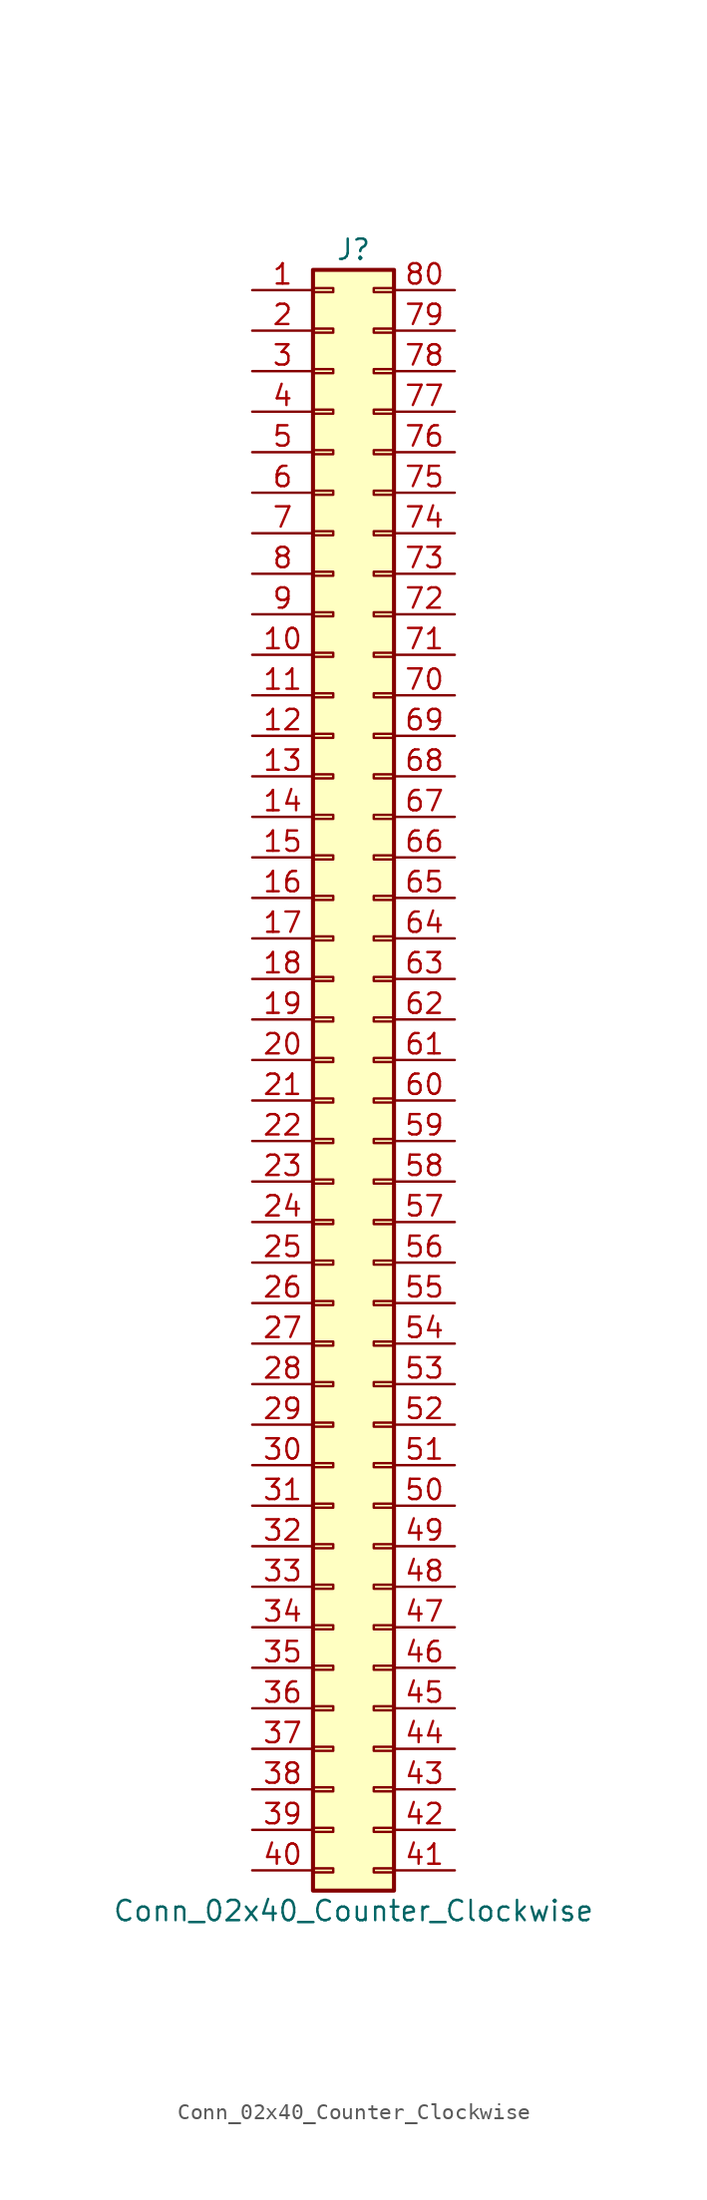
<source format=kicad_sym>
(kicad_symbol_lib
  (version 20201005)
  (generator kicad_symbol_editor)
  (symbol "Connector_Generic:Conn_02x40_Counter_Clockwise"
    (pin_names
      (offset 1.016) hide)
    (property "Reference" "J"
      (at 1.27 50.8 0)
      (effects (font (size 1.27 1.27))))
    (property "Value" "Conn_02x40_Counter_Clockwise"
      (at 1.27 -53.34 0)
      (effects (font (size 1.27 1.27))))
    (symbol "Conn_02x40_Counter_Clockwise_1_1"
      (rectangle (start -1.27 -27.813) (end 0 -28.067) (stroke (width 0.152)) (fill (type none)))
      (rectangle (start -1.27 -30.353) (end 0 -30.607) (stroke (width 0.152)) (fill (type none)))
      (rectangle (start -1.27 -32.893) (end 0 -33.147) (stroke (width 0.152)) (fill (type none)))
      (rectangle (start -1.27 -35.433) (end 0 -35.687) (stroke (width 0.152)) (fill (type none)))
      (rectangle (start -1.27 -37.973) (end 0 -38.227) (stroke (width 0.152)) (fill (type none)))
      (rectangle (start -1.27 -40.513) (end 0 -40.767) (stroke (width 0.152)) (fill (type none)))
      (rectangle (start -1.27 -43.053) (end 0 -43.307) (stroke (width 0.152)) (fill (type none)))
      (rectangle (start -1.27 -45.593) (end 0 -45.847) (stroke (width 0.152)) (fill (type none)))
      (rectangle (start -1.27 -48.133) (end 0 -48.387) (stroke (width 0.152)) (fill (type none)))
      (rectangle (start -1.27 -4.953) (end 0 -5.207) (stroke (width 0.152)) (fill (type none)))
      (rectangle (start -1.27 -50.673) (end 0 -50.927) (stroke (width 0.152)) (fill (type none)))
      (rectangle (start -1.27 -7.493) (end 0 -7.747) (stroke (width 0.152)) (fill (type none)))
      (rectangle (start -1.27 -10.033) (end 0 -10.287) (stroke (width 0.152)) (fill (type none)))
      (rectangle (start -1.27 -12.573) (end 0 -12.827) (stroke (width 0.152)) (fill (type none)))
      (rectangle (start -1.27 -15.113) (end 0 -15.367) (stroke (width 0.152)) (fill (type none)))
      (rectangle (start -1.27 -17.653) (end 0 -17.907) (stroke (width 0.152)) (fill (type none)))
      (rectangle (start -1.27 -20.193) (end 0 -20.447) (stroke (width 0.152)) (fill (type none)))
      (rectangle (start -1.27 -22.733) (end 0 -22.987) (stroke (width 0.152)) (fill (type none)))
      (rectangle (start -1.27 -2.413) (end 0 -2.667) (stroke (width 0.152)) (fill (type none)))
      (rectangle (start -1.27 -25.273) (end 0 -25.527) (stroke (width 0.152)) (fill (type none)))
      (rectangle (start -1.27 25.527) (end 0 25.273) (stroke (width 0.152)) (fill (type none)))
      (rectangle (start -1.27 2.667) (end 0 2.413) (stroke (width 0.152)) (fill (type none)))
      (rectangle (start -1.27 28.067) (end 0 27.813) (stroke (width 0.152)) (fill (type none)))
      (rectangle (start -1.27 30.607) (end 0 30.353) (stroke (width 0.152)) (fill (type none)))
      (rectangle (start -1.27 33.147) (end 0 32.893) (stroke (width 0.152)) (fill (type none)))
      (rectangle (start -1.27 35.687) (end 0 35.433) (stroke (width 0.152)) (fill (type none)))
      (rectangle (start -1.27 38.227) (end 0 37.973) (stroke (width 0.152)) (fill (type none)))
      (rectangle (start -1.27 40.767) (end 0 40.513) (stroke (width 0.152)) (fill (type none)))
      (rectangle (start -1.27 43.307) (end 0 43.053) (stroke (width 0.152)) (fill (type none)))
      (rectangle (start -1.27 45.847) (end 0 45.593) (stroke (width 0.152)) (fill (type none)))
      (rectangle (start -1.27 48.387) (end 0 48.133) (stroke (width 0.152)) (fill (type none)))
      (rectangle (start -1.27 49.53) (end 3.81 -52.07) (stroke (width 0.254)) (fill (type background)))
      (rectangle (start -1.27 5.207) (end 0 4.953) (stroke (width 0.152)) (fill (type none)))
      (rectangle (start -1.27 7.747) (end 0 7.493) (stroke (width 0.152)) (fill (type none)))
      (rectangle (start -1.27 10.287) (end 0 10.033) (stroke (width 0.152)) (fill (type none)))
      (rectangle (start -1.27 0.127) (end 0 -0.127) (stroke (width 0.152)) (fill (type none)))
      (rectangle (start -1.27 12.827) (end 0 12.573) (stroke (width 0.152)) (fill (type none)))
      (rectangle (start -1.27 15.367) (end 0 15.113) (stroke (width 0.152)) (fill (type none)))
      (rectangle (start -1.27 17.907) (end 0 17.653) (stroke (width 0.152)) (fill (type none)))
      (rectangle (start -1.27 20.447) (end 0 20.193) (stroke (width 0.152)) (fill (type none)))
      (rectangle (start -1.27 22.987) (end 0 22.733) (stroke (width 0.152)) (fill (type none)))
      (rectangle (start 3.81 -27.813) (end 2.54 -28.067) (stroke (width 0.152)) (fill (type none)))
      (rectangle (start 3.81 -30.353) (end 2.54 -30.607) (stroke (width 0.152)) (fill (type none)))
      (rectangle (start 3.81 -32.893) (end 2.54 -33.147) (stroke (width 0.152)) (fill (type none)))
      (rectangle (start 3.81 -35.433) (end 2.54 -35.687) (stroke (width 0.152)) (fill (type none)))
      (rectangle (start 3.81 -37.973) (end 2.54 -38.227) (stroke (width 0.152)) (fill (type none)))
      (rectangle (start 3.81 -40.513) (end 2.54 -40.767) (stroke (width 0.152)) (fill (type none)))
      (rectangle (start 3.81 -43.053) (end 2.54 -43.307) (stroke (width 0.152)) (fill (type none)))
      (rectangle (start 3.81 -45.593) (end 2.54 -45.847) (stroke (width 0.152)) (fill (type none)))
      (rectangle (start 3.81 -48.133) (end 2.54 -48.387) (stroke (width 0.152)) (fill (type none)))
      (rectangle (start 3.81 -4.953) (end 2.54 -5.207) (stroke (width 0.152)) (fill (type none)))
      (rectangle (start 3.81 -50.673) (end 2.54 -50.927) (stroke (width 0.152)) (fill (type none)))
      (rectangle (start 3.81 -7.493) (end 2.54 -7.747) (stroke (width 0.152)) (fill (type none)))
      (rectangle (start 3.81 -10.033) (end 2.54 -10.287) (stroke (width 0.152)) (fill (type none)))
      (rectangle (start 3.81 -12.573) (end 2.54 -12.827) (stroke (width 0.152)) (fill (type none)))
      (rectangle (start 3.81 -15.113) (end 2.54 -15.367) (stroke (width 0.152)) (fill (type none)))
      (rectangle (start 3.81 -17.653) (end 2.54 -17.907) (stroke (width 0.152)) (fill (type none)))
      (rectangle (start 3.81 -20.193) (end 2.54 -20.447) (stroke (width 0.152)) (fill (type none)))
      (rectangle (start 3.81 -22.733) (end 2.54 -22.987) (stroke (width 0.152)) (fill (type none)))
      (rectangle (start 3.81 -2.413) (end 2.54 -2.667) (stroke (width 0.152)) (fill (type none)))
      (rectangle (start 3.81 -25.273) (end 2.54 -25.527) (stroke (width 0.152)) (fill (type none)))
      (rectangle (start 3.81 25.527) (end 2.54 25.273) (stroke (width 0.152)) (fill (type none)))
      (rectangle (start 3.81 2.667) (end 2.54 2.413) (stroke (width 0.152)) (fill (type none)))
      (rectangle (start 3.81 28.067) (end 2.54 27.813) (stroke (width 0.152)) (fill (type none)))
      (rectangle (start 3.81 30.607) (end 2.54 30.353) (stroke (width 0.152)) (fill (type none)))
      (rectangle (start 3.81 33.147) (end 2.54 32.893) (stroke (width 0.152)) (fill (type none)))
      (rectangle (start 3.81 35.687) (end 2.54 35.433) (stroke (width 0.152)) (fill (type none)))
      (rectangle (start 3.81 38.227) (end 2.54 37.973) (stroke (width 0.152)) (fill (type none)))
      (rectangle (start 3.81 40.767) (end 2.54 40.513) (stroke (width 0.152)) (fill (type none)))
      (rectangle (start 3.81 43.307) (end 2.54 43.053) (stroke (width 0.152)) (fill (type none)))
      (rectangle (start 3.81 45.847) (end 2.54 45.593) (stroke (width 0.152)) (fill (type none)))
      (rectangle (start 3.81 48.387) (end 2.54 48.133) (stroke (width 0.152)) (fill (type none)))
      (rectangle (start 3.81 5.207) (end 2.54 4.953) (stroke (width 0.152)) (fill (type none)))
      (rectangle (start 3.81 7.747) (end 2.54 7.493) (stroke (width 0.152)) (fill (type none)))
      (rectangle (start 3.81 10.287) (end 2.54 10.033) (stroke (width 0.152)) (fill (type none)))
      (rectangle (start 3.81 0.127) (end 2.54 -0.127) (stroke (width 0.152)) (fill (type none)))
      (rectangle (start 3.81 12.827) (end 2.54 12.573) (stroke (width 0.152)) (fill (type none)))
      (rectangle (start 3.81 15.367) (end 2.54 15.113) (stroke (width 0.152)) (fill (type none)))
      (rectangle (start 3.81 17.907) (end 2.54 17.653) (stroke (width 0.152)) (fill (type none)))
      (rectangle (start 3.81 20.447) (end 2.54 20.193) (stroke (width 0.152)) (fill (type none)))
      (rectangle (start 3.81 22.987) (end 2.54 22.733) (stroke (width 0.152)) (fill (type none)))
      (pin passive line (at -5.08 48.26 0) (length 3.81) (name "Pin_1" (effects (font (size 1.27 1.27)))) (number "1" (effects (font (size 1.27 1.27)))))
      (pin passive line (at -5.08 25.4 0) (length 3.81) (name "Pin_10" (effects (font (size 1.27 1.27)))) (number "10" (effects (font (size 1.27 1.27)))))
      (pin passive line (at -5.08 22.86 0) (length 3.81) (name "Pin_11" (effects (font (size 1.27 1.27)))) (number "11" (effects (font (size 1.27 1.27)))))
      (pin passive line (at -5.08 20.32 0) (length 3.81) (name "Pin_12" (effects (font (size 1.27 1.27)))) (number "12" (effects (font (size 1.27 1.27)))))
      (pin passive line (at -5.08 17.78 0) (length 3.81) (name "Pin_13" (effects (font (size 1.27 1.27)))) (number "13" (effects (font (size 1.27 1.27)))))
      (pin passive line (at -5.08 15.24 0) (length 3.81) (name "Pin_14" (effects (font (size 1.27 1.27)))) (number "14" (effects (font (size 1.27 1.27)))))
      (pin passive line (at -5.08 12.7 0) (length 3.81) (name "Pin_15" (effects (font (size 1.27 1.27)))) (number "15" (effects (font (size 1.27 1.27)))))
      (pin passive line (at -5.08 10.16 0) (length 3.81) (name "Pin_16" (effects (font (size 1.27 1.27)))) (number "16" (effects (font (size 1.27 1.27)))))
      (pin passive line (at -5.08 7.62 0) (length 3.81) (name "Pin_17" (effects (font (size 1.27 1.27)))) (number "17" (effects (font (size 1.27 1.27)))))
      (pin passive line (at -5.08 5.08 0) (length 3.81) (name "Pin_18" (effects (font (size 1.27 1.27)))) (number "18" (effects (font (size 1.27 1.27)))))
      (pin passive line (at -5.08 2.54 0) (length 3.81) (name "Pin_19" (effects (font (size 1.27 1.27)))) (number "19" (effects (font (size 1.27 1.27)))))
      (pin passive line (at -5.08 45.72 0) (length 3.81) (name "Pin_2" (effects (font (size 1.27 1.27)))) (number "2" (effects (font (size 1.27 1.27)))))
      (pin passive line (at -5.08 0 0) (length 3.81) (name "Pin_20" (effects (font (size 1.27 1.27)))) (number "20" (effects (font (size 1.27 1.27)))))
      (pin passive line (at -5.08 -2.54 0) (length 3.81) (name "Pin_21" (effects (font (size 1.27 1.27)))) (number "21" (effects (font (size 1.27 1.27)))))
      (pin passive line (at -5.08 -5.08 0) (length 3.81) (name "Pin_22" (effects (font (size 1.27 1.27)))) (number "22" (effects (font (size 1.27 1.27)))))
      (pin passive line (at -5.08 -7.62 0) (length 3.81) (name "Pin_23" (effects (font (size 1.27 1.27)))) (number "23" (effects (font (size 1.27 1.27)))))
      (pin passive line (at -5.08 -10.16 0) (length 3.81) (name "Pin_24" (effects (font (size 1.27 1.27)))) (number "24" (effects (font (size 1.27 1.27)))))
      (pin passive line (at -5.08 -12.7 0) (length 3.81) (name "Pin_25" (effects (font (size 1.27 1.27)))) (number "25" (effects (font (size 1.27 1.27)))))
      (pin passive line (at -5.08 -15.24 0) (length 3.81) (name "Pin_26" (effects (font (size 1.27 1.27)))) (number "26" (effects (font (size 1.27 1.27)))))
      (pin passive line (at -5.08 -17.78 0) (length 3.81) (name "Pin_27" (effects (font (size 1.27 1.27)))) (number "27" (effects (font (size 1.27 1.27)))))
      (pin passive line (at -5.08 -20.32 0) (length 3.81) (name "Pin_28" (effects (font (size 1.27 1.27)))) (number "28" (effects (font (size 1.27 1.27)))))
      (pin passive line (at -5.08 -22.86 0) (length 3.81) (name "Pin_29" (effects (font (size 1.27 1.27)))) (number "29" (effects (font (size 1.27 1.27)))))
      (pin passive line (at -5.08 43.18 0) (length 3.81) (name "Pin_3" (effects (font (size 1.27 1.27)))) (number "3" (effects (font (size 1.27 1.27)))))
      (pin passive line (at -5.08 -25.4 0) (length 3.81) (name "Pin_30" (effects (font (size 1.27 1.27)))) (number "30" (effects (font (size 1.27 1.27)))))
      (pin passive line (at -5.08 -27.94 0) (length 3.81) (name "Pin_31" (effects (font (size 1.27 1.27)))) (number "31" (effects (font (size 1.27 1.27)))))
      (pin passive line (at -5.08 -30.48 0) (length 3.81) (name "Pin_32" (effects (font (size 1.27 1.27)))) (number "32" (effects (font (size 1.27 1.27)))))
      (pin passive line (at -5.08 -33.02 0) (length 3.81) (name "Pin_33" (effects (font (size 1.27 1.27)))) (number "33" (effects (font (size 1.27 1.27)))))
      (pin passive line (at -5.08 -35.56 0) (length 3.81) (name "Pin_34" (effects (font (size 1.27 1.27)))) (number "34" (effects (font (size 1.27 1.27)))))
      (pin passive line (at -5.08 -38.1 0) (length 3.81) (name "Pin_35" (effects (font (size 1.27 1.27)))) (number "35" (effects (font (size 1.27 1.27)))))
      (pin passive line (at -5.08 -40.64 0) (length 3.81) (name "Pin_36" (effects (font (size 1.27 1.27)))) (number "36" (effects (font (size 1.27 1.27)))))
      (pin passive line (at -5.08 -43.18 0) (length 3.81) (name "Pin_37" (effects (font (size 1.27 1.27)))) (number "37" (effects (font (size 1.27 1.27)))))
      (pin passive line (at -5.08 -45.72 0) (length 3.81) (name "Pin_38" (effects (font (size 1.27 1.27)))) (number "38" (effects (font (size 1.27 1.27)))))
      (pin passive line (at -5.08 -48.26 0) (length 3.81) (name "Pin_39" (effects (font (size 1.27 1.27)))) (number "39" (effects (font (size 1.27 1.27)))))
      (pin passive line (at -5.08 40.64 0) (length 3.81) (name "Pin_4" (effects (font (size 1.27 1.27)))) (number "4" (effects (font (size 1.27 1.27)))))
      (pin passive line (at -5.08 -50.8 0) (length 3.81) (name "Pin_40" (effects (font (size 1.27 1.27)))) (number "40" (effects (font (size 1.27 1.27)))))
      (pin passive line (at 7.62 -50.8 180) (length 3.81) (name "Pin_41" (effects (font (size 1.27 1.27)))) (number "41" (effects (font (size 1.27 1.27)))))
      (pin passive line (at 7.62 -48.26 180) (length 3.81) (name "Pin_42" (effects (font (size 1.27 1.27)))) (number "42" (effects (font (size 1.27 1.27)))))
      (pin passive line (at 7.62 -45.72 180) (length 3.81) (name "Pin_43" (effects (font (size 1.27 1.27)))) (number "43" (effects (font (size 1.27 1.27)))))
      (pin passive line (at 7.62 -43.18 180) (length 3.81) (name "Pin_44" (effects (font (size 1.27 1.27)))) (number "44" (effects (font (size 1.27 1.27)))))
      (pin passive line (at 7.62 -40.64 180) (length 3.81) (name "Pin_45" (effects (font (size 1.27 1.27)))) (number "45" (effects (font (size 1.27 1.27)))))
      (pin passive line (at 7.62 -38.1 180) (length 3.81) (name "Pin_46" (effects (font (size 1.27 1.27)))) (number "46" (effects (font (size 1.27 1.27)))))
      (pin passive line (at 7.62 -35.56 180) (length 3.81) (name "Pin_47" (effects (font (size 1.27 1.27)))) (number "47" (effects (font (size 1.27 1.27)))))
      (pin passive line (at 7.62 -33.02 180) (length 3.81) (name "Pin_48" (effects (font (size 1.27 1.27)))) (number "48" (effects (font (size 1.27 1.27)))))
      (pin passive line (at 7.62 -30.48 180) (length 3.81) (name "Pin_49" (effects (font (size 1.27 1.27)))) (number "49" (effects (font (size 1.27 1.27)))))
      (pin passive line (at -5.08 38.1 0) (length 3.81) (name "Pin_5" (effects (font (size 1.27 1.27)))) (number "5" (effects (font (size 1.27 1.27)))))
      (pin passive line (at 7.62 -27.94 180) (length 3.81) (name "Pin_50" (effects (font (size 1.27 1.27)))) (number "50" (effects (font (size 1.27 1.27)))))
      (pin passive line (at 7.62 -25.4 180) (length 3.81) (name "Pin_51" (effects (font (size 1.27 1.27)))) (number "51" (effects (font (size 1.27 1.27)))))
      (pin passive line (at 7.62 -22.86 180) (length 3.81) (name "Pin_52" (effects (font (size 1.27 1.27)))) (number "52" (effects (font (size 1.27 1.27)))))
      (pin passive line (at 7.62 -20.32 180) (length 3.81) (name "Pin_53" (effects (font (size 1.27 1.27)))) (number "53" (effects (font (size 1.27 1.27)))))
      (pin passive line (at 7.62 -17.78 180) (length 3.81) (name "Pin_54" (effects (font (size 1.27 1.27)))) (number "54" (effects (font (size 1.27 1.27)))))
      (pin passive line (at 7.62 -15.24 180) (length 3.81) (name "Pin_55" (effects (font (size 1.27 1.27)))) (number "55" (effects (font (size 1.27 1.27)))))
      (pin passive line (at 7.62 -12.7 180) (length 3.81) (name "Pin_56" (effects (font (size 1.27 1.27)))) (number "56" (effects (font (size 1.27 1.27)))))
      (pin passive line (at 7.62 -10.16 180) (length 3.81) (name "Pin_57" (effects (font (size 1.27 1.27)))) (number "57" (effects (font (size 1.27 1.27)))))
      (pin passive line (at 7.62 -7.62 180) (length 3.81) (name "Pin_58" (effects (font (size 1.27 1.27)))) (number "58" (effects (font (size 1.27 1.27)))))
      (pin passive line (at 7.62 -5.08 180) (length 3.81) (name "Pin_59" (effects (font (size 1.27 1.27)))) (number "59" (effects (font (size 1.27 1.27)))))
      (pin passive line (at -5.08 35.56 0) (length 3.81) (name "Pin_6" (effects (font (size 1.27 1.27)))) (number "6" (effects (font (size 1.27 1.27)))))
      (pin passive line (at 7.62 -2.54 180) (length 3.81) (name "Pin_60" (effects (font (size 1.27 1.27)))) (number "60" (effects (font (size 1.27 1.27)))))
      (pin passive line (at 7.62 0 180) (length 3.81) (name "Pin_61" (effects (font (size 1.27 1.27)))) (number "61" (effects (font (size 1.27 1.27)))))
      (pin passive line (at 7.62 2.54 180) (length 3.81) (name "Pin_62" (effects (font (size 1.27 1.27)))) (number "62" (effects (font (size 1.27 1.27)))))
      (pin passive line (at 7.62 5.08 180) (length 3.81) (name "Pin_63" (effects (font (size 1.27 1.27)))) (number "63" (effects (font (size 1.27 1.27)))))
      (pin passive line (at 7.62 7.62 180) (length 3.81) (name "Pin_64" (effects (font (size 1.27 1.27)))) (number "64" (effects (font (size 1.27 1.27)))))
      (pin passive line (at 7.62 10.16 180) (length 3.81) (name "Pin_65" (effects (font (size 1.27 1.27)))) (number "65" (effects (font (size 1.27 1.27)))))
      (pin passive line (at 7.62 12.7 180) (length 3.81) (name "Pin_66" (effects (font (size 1.27 1.27)))) (number "66" (effects (font (size 1.27 1.27)))))
      (pin passive line (at 7.62 15.24 180) (length 3.81) (name "Pin_67" (effects (font (size 1.27 1.27)))) (number "67" (effects (font (size 1.27 1.27)))))
      (pin passive line (at 7.62 17.78 180) (length 3.81) (name "Pin_68" (effects (font (size 1.27 1.27)))) (number "68" (effects (font (size 1.27 1.27)))))
      (pin passive line (at 7.62 20.32 180) (length 3.81) (name "Pin_69" (effects (font (size 1.27 1.27)))) (number "69" (effects (font (size 1.27 1.27)))))
      (pin passive line (at -5.08 33.02 0) (length 3.81) (name "Pin_7" (effects (font (size 1.27 1.27)))) (number "7" (effects (font (size 1.27 1.27)))))
      (pin passive line (at 7.62 22.86 180) (length 3.81) (name "Pin_70" (effects (font (size 1.27 1.27)))) (number "70" (effects (font (size 1.27 1.27)))))
      (pin passive line (at 7.62 25.4 180) (length 3.81) (name "Pin_71" (effects (font (size 1.27 1.27)))) (number "71" (effects (font (size 1.27 1.27)))))
      (pin passive line (at 7.62 27.94 180) (length 3.81) (name "Pin_72" (effects (font (size 1.27 1.27)))) (number "72" (effects (font (size 1.27 1.27)))))
      (pin passive line (at 7.62 30.48 180) (length 3.81) (name "Pin_73" (effects (font (size 1.27 1.27)))) (number "73" (effects (font (size 1.27 1.27)))))
      (pin passive line (at 7.62 33.02 180) (length 3.81) (name "Pin_74" (effects (font (size 1.27 1.27)))) (number "74" (effects (font (size 1.27 1.27)))))
      (pin passive line (at 7.62 35.56 180) (length 3.81) (name "Pin_75" (effects (font (size 1.27 1.27)))) (number "75" (effects (font (size 1.27 1.27)))))
      (pin passive line (at 7.62 38.1 180) (length 3.81) (name "Pin_76" (effects (font (size 1.27 1.27)))) (number "76" (effects (font (size 1.27 1.27)))))
      (pin passive line (at 7.62 40.64 180) (length 3.81) (name "Pin_77" (effects (font (size 1.27 1.27)))) (number "77" (effects (font (size 1.27 1.27)))))
      (pin passive line (at 7.62 43.18 180) (length 3.81) (name "Pin_78" (effects (font (size 1.27 1.27)))) (number "78" (effects (font (size 1.27 1.27)))))
      (pin passive line (at 7.62 45.72 180) (length 3.81) (name "Pin_79" (effects (font (size 1.27 1.27)))) (number "79" (effects (font (size 1.27 1.27)))))
      (pin passive line (at -5.08 30.48 0) (length 3.81) (name "Pin_8" (effects (font (size 1.27 1.27)))) (number "8" (effects (font (size 1.27 1.27)))))
      (pin passive line (at 7.62 48.26 180) (length 3.81) (name "Pin_80" (effects (font (size 1.27 1.27)))) (number "80" (effects (font (size 1.27 1.27)))))
      (pin passive line (at -5.08 27.94 0) (length 3.81) (name "Pin_9" (effects (font (size 1.27 1.27)))) (number "9" (effects (font (size 1.27 1.27))))))))
</source>
